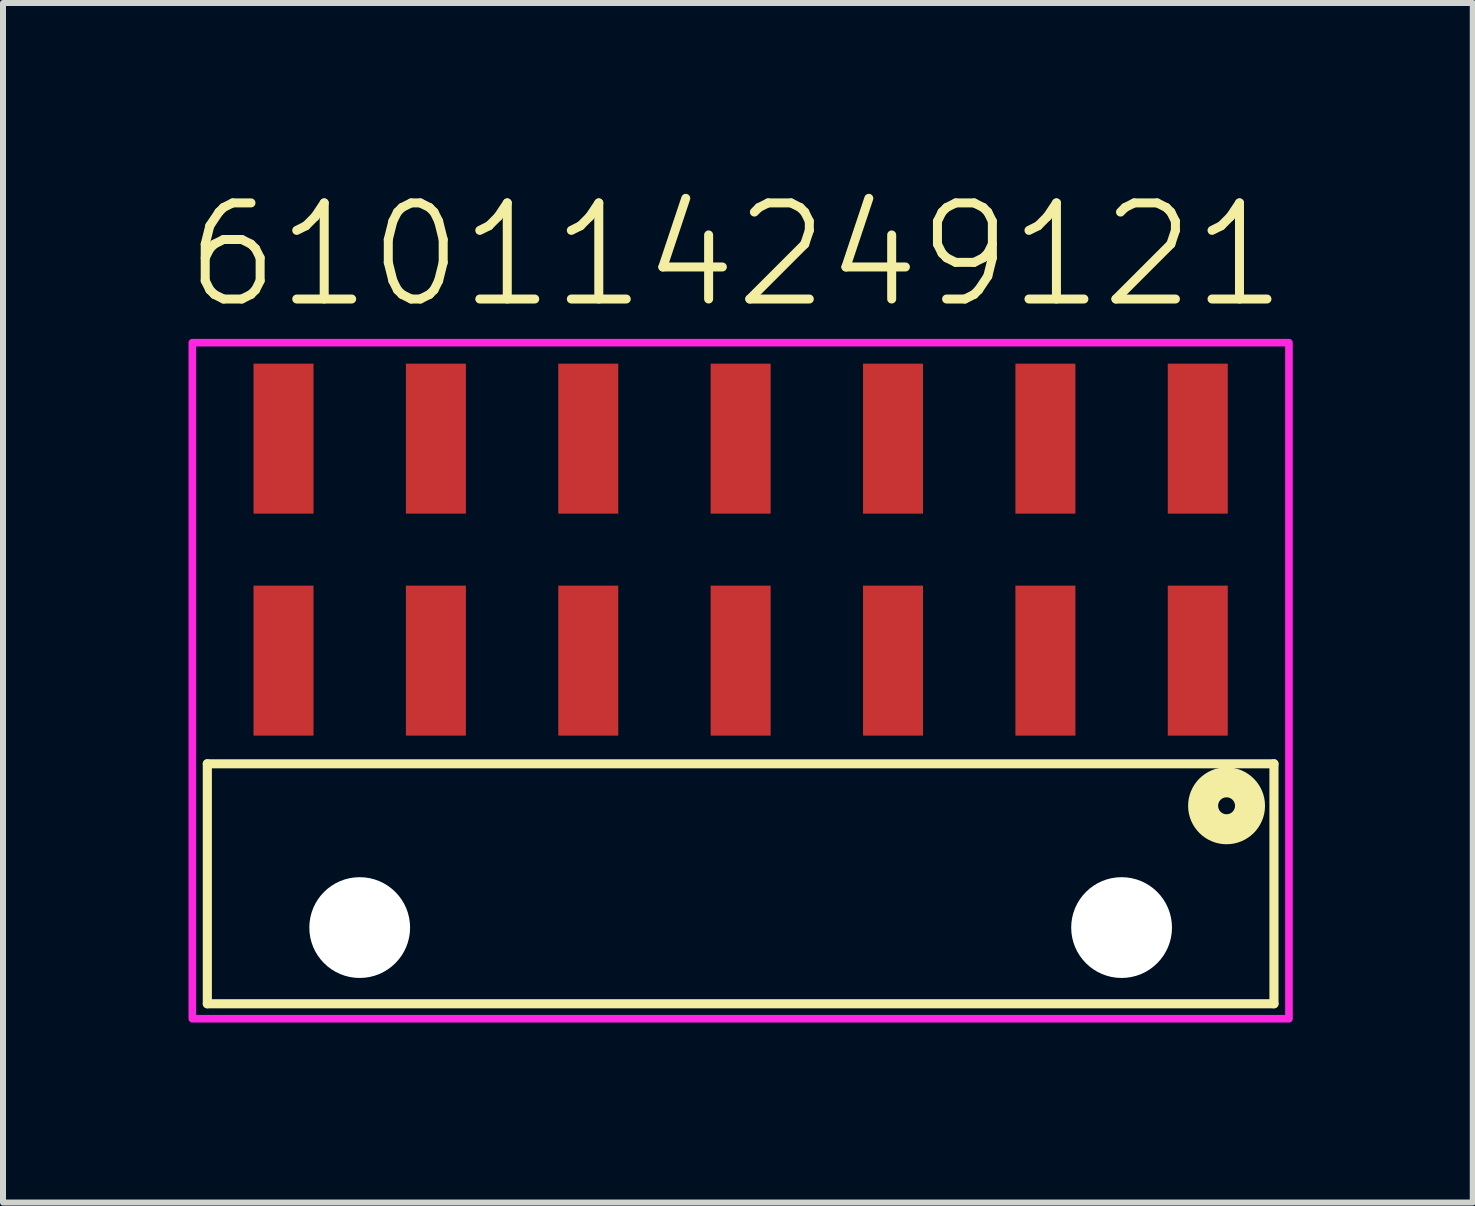
<source format=kicad_pcb>
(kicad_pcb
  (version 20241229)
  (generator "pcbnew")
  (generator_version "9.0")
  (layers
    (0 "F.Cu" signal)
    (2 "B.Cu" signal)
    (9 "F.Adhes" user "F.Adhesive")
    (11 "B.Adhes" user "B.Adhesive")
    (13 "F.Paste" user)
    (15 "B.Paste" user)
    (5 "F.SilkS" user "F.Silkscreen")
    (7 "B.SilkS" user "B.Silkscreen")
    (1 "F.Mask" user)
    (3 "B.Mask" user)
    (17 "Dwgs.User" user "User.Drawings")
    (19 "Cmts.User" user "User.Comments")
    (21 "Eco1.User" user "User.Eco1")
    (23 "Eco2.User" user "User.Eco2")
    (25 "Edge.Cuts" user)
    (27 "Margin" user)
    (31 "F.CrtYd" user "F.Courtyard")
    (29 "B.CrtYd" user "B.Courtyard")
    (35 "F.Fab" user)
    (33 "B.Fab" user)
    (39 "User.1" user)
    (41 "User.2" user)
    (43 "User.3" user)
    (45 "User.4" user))
  (footprint "610114249121"
    (layer "F.Cu")
    (at 9.296 12.412)
    (property "Reference" "610114249121" (at -0.076 -11.211 0) (layer "F.SilkS") (effects (font (size 1.602 1.602) (thickness 0.15))))
    (attr smd)
    (fp_line (start -8.89 -2.73) (end -8.89 1.27) (stroke (width 0.152) (type solid)) (layer "F.SilkS"))
    (fp_line (start 8.89 -2.73) (end -8.89 -2.73) (stroke (width 0.152) (type solid)) (layer "F.SilkS"))
    (fp_line (start 8.89 -2.73) (end 8.89 1.27) (stroke (width 0.152) (type solid)) (layer "F.SilkS"))
    (fp_line (start 8.89 1.27) (end -8.89 1.27) (stroke (width 0.152) (type solid)) (layer "F.SilkS"))
    (fp_circle (center 8.1 -2.03) (end 8.241 -2.03) (stroke (width 0.5) (type solid)) (fill no) (layer "F.SilkS"))
    (fp_poly (pts (xy -9.14 -9.75) (xy 9.14 -9.75) (xy 9.14 1.52) (xy -9.14 1.52)) (stroke (width 0.127) (type solid)) (fill no) (layer "F.CrtYd"))
    (pad "" np_thru_hole circle (at -6.35 0) (size 1.68 1.68) (drill 1.68) (layers "*.Cu" "*.Mask"))
    (pad "" np_thru_hole circle (at 6.35 0) (size 1.68 1.68) (drill 1.68) (layers "*.Cu" "*.Mask"))
    (pad "1" smd rect (at 7.62 -4.45) (size 1 2.5) (layers "F.Cu" "F.Mask" "F.Paste"))
    (pad "2" smd rect (at 7.62 -8.15) (size 1 2.5) (layers "F.Cu" "F.Mask" "F.Paste"))
    (pad "3" smd rect (at 5.08 -4.45) (size 1 2.5) (layers "F.Cu" "F.Mask" "F.Paste"))
    (pad "4" smd rect (at 5.08 -8.15) (size 1 2.5) (layers "F.Cu" "F.Mask" "F.Paste"))
    (pad "5" smd rect (at 2.54 -4.45) (size 1 2.5) (layers "F.Cu" "F.Mask" "F.Paste"))
    (pad "6" smd rect (at 2.54 -8.15 180) (size 1 2.5) (layers "F.Cu" "F.Mask" "F.Paste"))
    (pad "7" smd rect (at 0 -4.45) (size 1 2.5) (layers "F.Cu" "F.Mask" "F.Paste"))
    (pad "8" smd rect (at 0 -8.15 180) (size 1 2.5) (layers "F.Cu" "F.Mask" "F.Paste"))
    (pad "9" smd rect (at -2.54 -4.45) (size 1 2.5) (layers "F.Cu" "F.Mask" "F.Paste"))
    (pad "10" smd rect (at -2.54 -8.15 180) (size 1 2.5) (layers "F.Cu" "F.Mask" "F.Paste"))
    (pad "11" smd rect (at -5.08 -4.45) (size 1 2.5) (layers "F.Cu" "F.Mask" "F.Paste"))
    (pad "12" smd rect (at -5.08 -8.15 180) (size 1 2.5) (layers "F.Cu" "F.Mask" "F.Paste"))
    (pad "13" smd rect (at -7.62 -4.45) (size 1 2.5) (layers "F.Cu" "F.Mask" "F.Paste"))
    (pad "14" smd rect (at -7.62 -8.15 180) (size 1 2.5) (layers "F.Cu" "F.Mask" "F.Paste")))
  (gr_rect
    (start -3 -3)
    (end 21.5 16.995)
    (stroke (width 0.1) (type default))
    (fill no)
    (layer "Edge.Cuts")))
</source>
